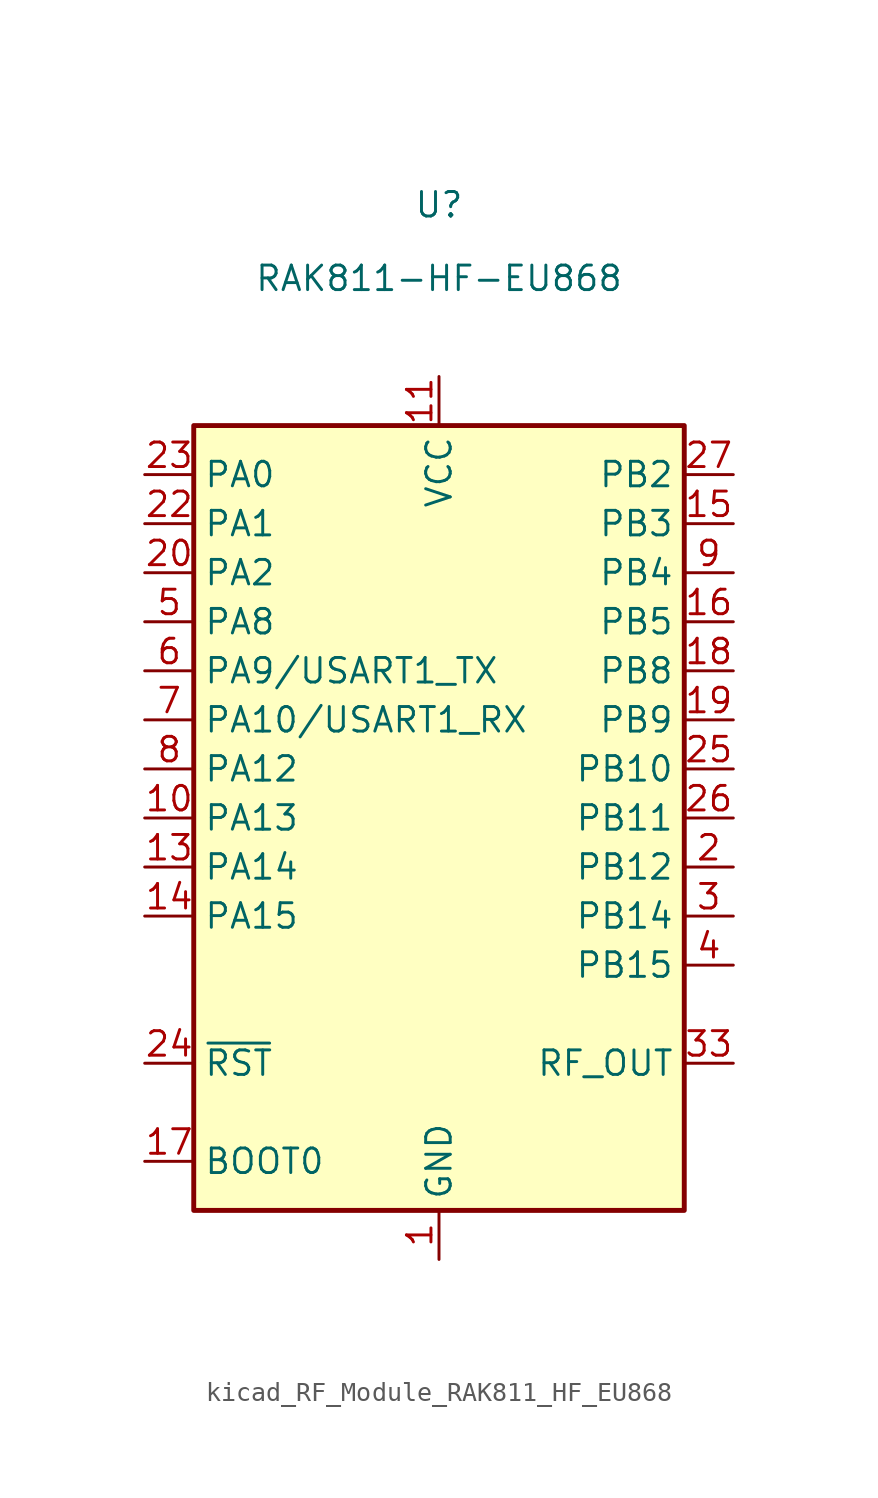
<source format=kicad_sym>
(kicad_symbol_lib
  (version 20220914)
  (generator kicad_symbol_editor)
  (symbol "kicad_RF_Module_RAK811_HF_EU868"
    (property "Reference" "U"
      (at 0 31.75 0)
      (effects (font (size 1.27 1.27))))
    (property "Value" "RAK811-HF-EU868"
      (at 0 27.94 0)
      (effects (font (size 1.27 1.27))))
    (symbol "kicad_RF_Module_RAK811_HF_EU868_0_0"
      (pin power_in line (at 0 -22.86 90) (length 2.54) (name "GND" (effects (font (size 1.27 1.27)))) (number "1" (effects (font (size 1.27 1.27)))))
      (pin bidirectional line (at -15.24 0 0) (length 2.54) (name "PA13" (effects (font (size 1.27 1.27)))) (number "10" (effects (font (size 1.27 1.27)))))
      (pin power_in line (at 0 22.86 270) (length 2.54) (name "VCC" (effects (font (size 1.27 1.27)))) (number "11" (effects (font (size 1.27 1.27)))))
      (pin passive line (at 0 -22.86 90) (length 2.54) hide (name "GND" (effects (font (size 1.27 1.27)))) (number "12" (effects (font (size 1.27 1.27)))))
      (pin bidirectional line (at -15.24 -2.54 0) (length 2.54) (name "PA14" (effects (font (size 1.27 1.27)))) (number "13" (effects (font (size 1.27 1.27)))))
      (pin bidirectional line (at -15.24 -5.08 0) (length 2.54) (name "PA15" (effects (font (size 1.27 1.27)))) (number "14" (effects (font (size 1.27 1.27)))))
      (pin bidirectional line (at 15.24 15.24 180) (length 2.54) (name "PB3" (effects (font (size 1.27 1.27)))) (number "15" (effects (font (size 1.27 1.27)))))
      (pin bidirectional line (at 15.24 10.16 180) (length 2.54) (name "PB5" (effects (font (size 1.27 1.27)))) (number "16" (effects (font (size 1.27 1.27)))))
      (pin input line (at -15.24 -17.78 0) (length 2.54) (name "BOOT0" (effects (font (size 1.27 1.27)))) (number "17" (effects (font (size 1.27 1.27)))))
      (pin bidirectional line (at 15.24 7.62 180) (length 2.54) (name "PB8" (effects (font (size 1.27 1.27)))) (number "18" (effects (font (size 1.27 1.27)))))
      (pin bidirectional line (at 15.24 5.08 180) (length 2.54) (name "PB9" (effects (font (size 1.27 1.27)))) (number "19" (effects (font (size 1.27 1.27)))))
      (pin bidirectional line (at 15.24 -2.54 180) (length 2.54) (name "PB12" (effects (font (size 1.27 1.27)))) (number "2" (effects (font (size 1.27 1.27)))))
      (pin bidirectional line (at -15.24 12.7 0) (length 2.54) (name "PA2" (effects (font (size 1.27 1.27)))) (number "20" (effects (font (size 1.27 1.27)))))
      (pin passive line (at 0 -22.86 90) (length 2.54) hide (name "GND" (effects (font (size 1.27 1.27)))) (number "21" (effects (font (size 1.27 1.27)))))
      (pin bidirectional line (at -15.24 15.24 0) (length 2.54) (name "PA1" (effects (font (size 1.27 1.27)))) (number "22" (effects (font (size 1.27 1.27)))))
      (pin bidirectional line (at -15.24 17.78 0) (length 2.54) (name "PA0" (effects (font (size 1.27 1.27)))) (number "23" (effects (font (size 1.27 1.27)))))
      (pin input line (at -15.24 -12.7 0) (length 2.54) (name "~{RST}" (effects (font (size 1.27 1.27)))) (number "24" (effects (font (size 1.27 1.27)))))
      (pin bidirectional line (at 15.24 2.54 180) (length 2.54) (name "PB10" (effects (font (size 1.27 1.27)))) (number "25" (effects (font (size 1.27 1.27)))))
      (pin bidirectional line (at 15.24 0 180) (length 2.54) (name "PB11" (effects (font (size 1.27 1.27)))) (number "26" (effects (font (size 1.27 1.27)))))
      (pin bidirectional line (at 15.24 17.78 180) (length 2.54) (name "PB2" (effects (font (size 1.27 1.27)))) (number "27" (effects (font (size 1.27 1.27)))))
      (pin passive line (at 0 -22.86 90) (length 2.54) hide (name "GND" (effects (font (size 1.27 1.27)))) (number "28" (effects (font (size 1.27 1.27)))))
      (pin passive line (at 0 -22.86 90) (length 2.54) hide (name "GND" (effects (font (size 1.27 1.27)))) (number "29" (effects (font (size 1.27 1.27)))))
      (pin bidirectional line (at 15.24 -5.08 180) (length 2.54) (name "PB14" (effects (font (size 1.27 1.27)))) (number "3" (effects (font (size 1.27 1.27)))))
      (pin passive line (at 0 -22.86 90) (length 2.54) hide (name "GND" (effects (font (size 1.27 1.27)))) (number "30" (effects (font (size 1.27 1.27)))))
      (pin passive line (at 0 -22.86 90) (length 2.54) hide (name "GND" (effects (font (size 1.27 1.27)))) (number "31" (effects (font (size 1.27 1.27)))))
      (pin passive line (at 0 -22.86 90) (length 2.54) hide (name "GND" (effects (font (size 1.27 1.27)))) (number "32" (effects (font (size 1.27 1.27)))))
      (pin passive line (at 15.24 -12.7 180) (length 2.54) (name "RF_OUT" (effects (font (size 1.27 1.27)))) (number "33" (effects (font (size 1.27 1.27)))))
      (pin passive line (at 0 -22.86 90) (length 2.54) hide (name "GND" (effects (font (size 1.27 1.27)))) (number "34" (effects (font (size 1.27 1.27)))))
      (pin bidirectional line (at 15.24 -7.62 180) (length 2.54) (name "PB15" (effects (font (size 1.27 1.27)))) (number "4" (effects (font (size 1.27 1.27)))))
      (pin bidirectional line (at -15.24 10.16 0) (length 2.54) (name "PA8" (effects (font (size 1.27 1.27)))) (number "5" (effects (font (size 1.27 1.27)))))
      (pin bidirectional line (at -15.24 7.62 0) (length 2.54) (name "PA9/USART1_TX" (effects (font (size 1.27 1.27)))) (number "6" (effects (font (size 1.27 1.27)))))
      (pin bidirectional line (at -15.24 5.08 0) (length 2.54) (name "PA10/USART1_RX" (effects (font (size 1.27 1.27)))) (number "7" (effects (font (size 1.27 1.27)))))
      (pin bidirectional line (at -15.24 2.54 0) (length 2.54) (name "PA12" (effects (font (size 1.27 1.27)))) (number "8" (effects (font (size 1.27 1.27)))))
      (pin bidirectional line (at 15.24 12.7 180) (length 2.54) (name "PB4" (effects (font (size 1.27 1.27)))) (number "9" (effects (font (size 1.27 1.27))))))
    (symbol "kicad_RF_Module_RAK811_HF_EU868_0_1"
      (rectangle (start 12.7 -20.32) (end -12.7 20.32) (stroke (width 0.254) (type default)) (fill (type background))))))
</source>
